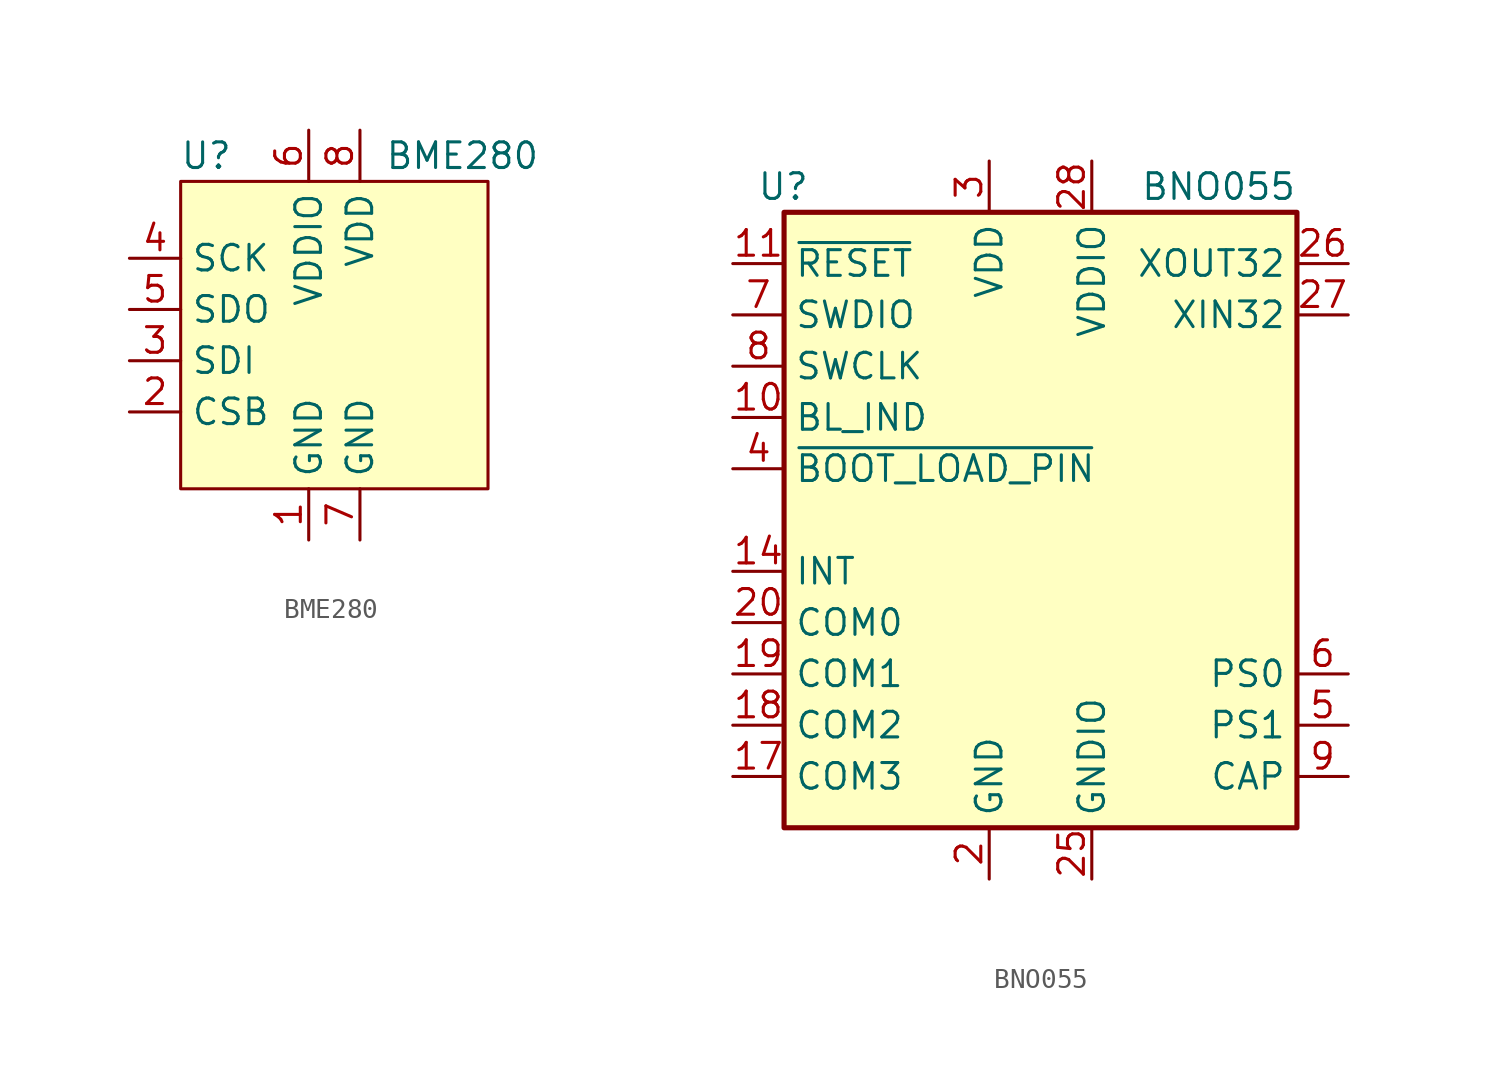
<source format=kicad_sym>
(kicad_symbol_lib
  (version 20211014)
  (generator kicad_symbol_editor)
  (symbol "BME280"
    (property "Reference" "U"
      (at -6.35 3.81 0)
      (effects (font (size 1.27 1.27))))
    (property "Value" "BME280"
      (at 6.35 3.81 0)
      (effects (font (size 1.27 1.27))))
    (symbol "BME280_0_1"
      (rectangle (start -7.62 2.54) (end 7.62 -12.7) (stroke (width 0) (type default) (color 0 0 0 0)) (fill (type background))))
    (symbol "BME280_1_1"
      (pin power_in line (at -1.27 -15.24 90) (length 2.54) (name "GND" (effects (font (size 1.27 1.27)))) (number "1" (effects (font (size 1.27 1.27)))))
      (pin input line (at -10.16 -8.89 0) (length 2.54) (name "CSB" (effects (font (size 1.27 1.27)))) (number "2" (effects (font (size 1.27 1.27)))))
      (pin input line (at -10.16 -6.35 0) (length 2.54) (name "SDI" (effects (font (size 1.27 1.27)))) (number "3" (effects (font (size 1.27 1.27)))))
      (pin input line (at -10.16 -1.27 0) (length 2.54) (name "SCK" (effects (font (size 1.27 1.27)))) (number "4" (effects (font (size 1.27 1.27)))))
      (pin output line (at -10.16 -3.81 0) (length 2.54) (name "SDO" (effects (font (size 1.27 1.27)))) (number "5" (effects (font (size 1.27 1.27)))))
      (pin power_in line (at -1.27 5.08 270) (length 2.54) (name "VDDIO" (effects (font (size 1.27 1.27)))) (number "6" (effects (font (size 1.27 1.27)))))
      (pin power_in line (at 1.27 -15.24 90) (length 2.54) (name "GND" (effects (font (size 1.27 1.27)))) (number "7" (effects (font (size 1.27 1.27)))))
      (pin power_in line (at 1.27 5.08 270) (length 2.54) (name "VDD" (effects (font (size 1.27 1.27)))) (number "8" (effects (font (size 1.27 1.27)))))))
  (symbol "BNO055"
    (property "Reference" "U"
      (at -11.43 16.51 0)
      (effects (font (size 1.27 1.27)) (justify right)))
    (property "Value" "BNO055"
      (at 12.7 16.51 0)
      (effects (font (size 1.27 1.27)) (justify right)))
    (symbol "BNO055_0_1"
      (rectangle (start -12.7 15.24) (end 12.7 -15.24) (stroke (width 0.254) (type default) (color 0 0 0 0)) (fill (type background))))
    (symbol "BNO055_1_1"
      (pin no_connect line (at -15.24 0 0) (length 2.54) hide (name "PIN1" (effects (font (size 1.27 1.27)))) (number "1" (effects (font (size 1.27 1.27)))))
      (pin output line (at -15.24 5.08 0) (length 2.54) (name "BL_IND" (effects (font (size 1.27 1.27)))) (number "10" (effects (font (size 1.27 1.27)))))
      (pin input line (at -15.24 12.7 0) (length 2.54) (name "~{RESET}" (effects (font (size 1.27 1.27)))) (number "11" (effects (font (size 1.27 1.27)))))
      (pin no_connect line (at 15.24 7.62 180) (length 2.54) hide (name "PIN12" (effects (font (size 1.27 1.27)))) (number "12" (effects (font (size 1.27 1.27)))))
      (pin no_connect line (at 15.24 5.08 180) (length 2.54) hide (name "PIN13" (effects (font (size 1.27 1.27)))) (number "13" (effects (font (size 1.27 1.27)))))
      (pin output line (at -15.24 -2.54 0) (length 2.54) (name "INT" (effects (font (size 1.27 1.27)))) (number "14" (effects (font (size 1.27 1.27)))))
      (pin passive line (at 2.54 -17.78 90) (length 2.54) hide (name "GNDIO" (effects (font (size 1.27 1.27)))) (number "15" (effects (font (size 1.27 1.27)))))
      (pin passive line (at 2.54 -17.78 90) (length 2.54) hide (name "GNDIO" (effects (font (size 1.27 1.27)))) (number "16" (effects (font (size 1.27 1.27)))))
      (pin input line (at -15.24 -12.7 0) (length 2.54) (name "COM3" (effects (font (size 1.27 1.27)))) (number "17" (effects (font (size 1.27 1.27)))))
      (pin bidirectional line (at -15.24 -10.16 0) (length 2.54) (name "COM2" (effects (font (size 1.27 1.27)))) (number "18" (effects (font (size 1.27 1.27)))))
      (pin bidirectional line (at -15.24 -7.62 0) (length 2.54) (name "COM1" (effects (font (size 1.27 1.27)))) (number "19" (effects (font (size 1.27 1.27)))))
      (pin power_in line (at -2.54 -17.78 90) (length 2.54) (name "GND" (effects (font (size 1.27 1.27)))) (number "2" (effects (font (size 1.27 1.27)))))
      (pin bidirectional line (at -15.24 -5.08 0) (length 2.54) (name "COM0" (effects (font (size 1.27 1.27)))) (number "20" (effects (font (size 1.27 1.27)))))
      (pin no_connect line (at 15.24 2.54 180) (length 2.54) hide (name "PIN21" (effects (font (size 1.27 1.27)))) (number "21" (effects (font (size 1.27 1.27)))))
      (pin no_connect line (at 15.24 0 180) (length 2.54) hide (name "PIN22" (effects (font (size 1.27 1.27)))) (number "22" (effects (font (size 1.27 1.27)))))
      (pin no_connect line (at 15.24 -2.54 180) (length 2.54) hide (name "PIN23" (effects (font (size 1.27 1.27)))) (number "23" (effects (font (size 1.27 1.27)))))
      (pin no_connect line (at 15.24 -5.08 180) (length 2.54) hide (name "PIN24" (effects (font (size 1.27 1.27)))) (number "24" (effects (font (size 1.27 1.27)))))
      (pin power_in line (at 2.54 -17.78 90) (length 2.54) (name "GNDIO" (effects (font (size 1.27 1.27)))) (number "25" (effects (font (size 1.27 1.27)))))
      (pin output line (at 15.24 12.7 180) (length 2.54) (name "XOUT32" (effects (font (size 1.27 1.27)))) (number "26" (effects (font (size 1.27 1.27)))))
      (pin input line (at 15.24 10.16 180) (length 2.54) (name "XIN32" (effects (font (size 1.27 1.27)))) (number "27" (effects (font (size 1.27 1.27)))))
      (pin power_in line (at 2.54 17.78 270) (length 2.54) (name "VDDIO" (effects (font (size 1.27 1.27)))) (number "28" (effects (font (size 1.27 1.27)))))
      (pin power_in line (at -2.54 17.78 270) (length 2.54) (name "VDD" (effects (font (size 1.27 1.27)))) (number "3" (effects (font (size 1.27 1.27)))))
      (pin input line (at -15.24 2.54 0) (length 2.54) (name "~{BOOT_LOAD_PIN}" (effects (font (size 1.27 1.27)))) (number "4" (effects (font (size 1.27 1.27)))))
      (pin input line (at 15.24 -10.16 180) (length 2.54) (name "PS1" (effects (font (size 1.27 1.27)))) (number "5" (effects (font (size 1.27 1.27)))))
      (pin input line (at 15.24 -7.62 180) (length 2.54) (name "PS0" (effects (font (size 1.27 1.27)))) (number "6" (effects (font (size 1.27 1.27)))))
      (pin bidirectional line (at -15.24 10.16 0) (length 2.54) (name "SWDIO" (effects (font (size 1.27 1.27)))) (number "7" (effects (font (size 1.27 1.27)))))
      (pin output line (at -15.24 7.62 0) (length 2.54) (name "SWCLK" (effects (font (size 1.27 1.27)))) (number "8" (effects (font (size 1.27 1.27)))))
      (pin passive line (at 15.24 -12.7 180) (length 2.54) (name "CAP" (effects (font (size 1.27 1.27)))) (number "9" (effects (font (size 1.27 1.27))))))))
</source>
